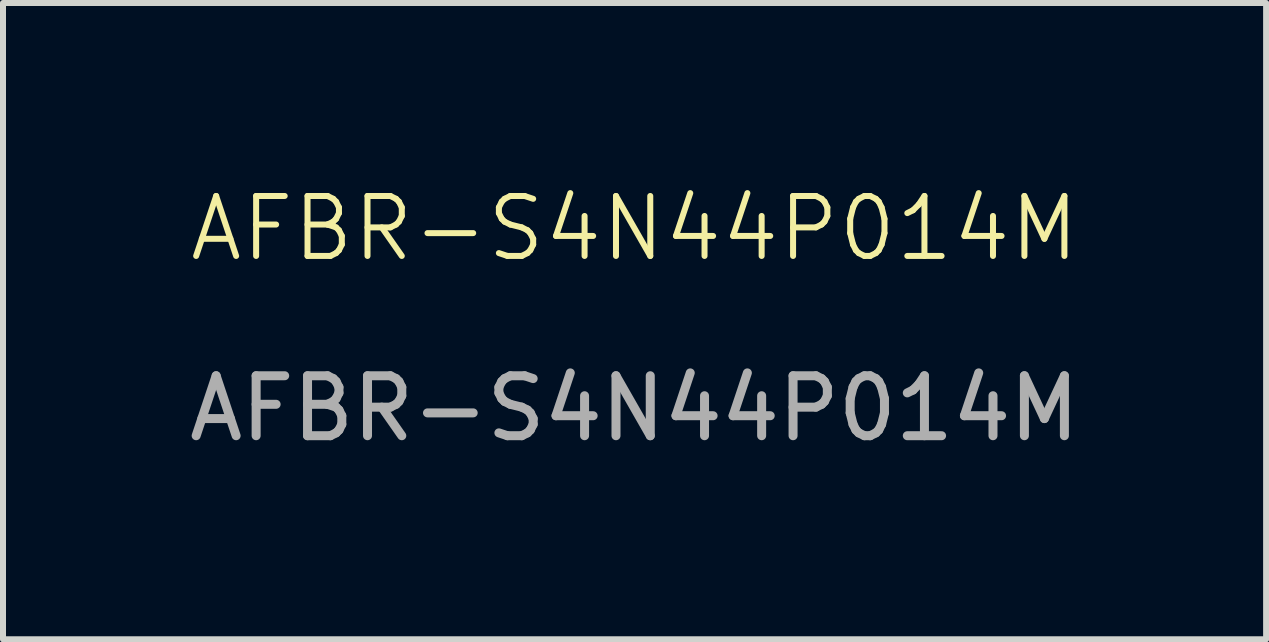
<source format=kicad_pcb>
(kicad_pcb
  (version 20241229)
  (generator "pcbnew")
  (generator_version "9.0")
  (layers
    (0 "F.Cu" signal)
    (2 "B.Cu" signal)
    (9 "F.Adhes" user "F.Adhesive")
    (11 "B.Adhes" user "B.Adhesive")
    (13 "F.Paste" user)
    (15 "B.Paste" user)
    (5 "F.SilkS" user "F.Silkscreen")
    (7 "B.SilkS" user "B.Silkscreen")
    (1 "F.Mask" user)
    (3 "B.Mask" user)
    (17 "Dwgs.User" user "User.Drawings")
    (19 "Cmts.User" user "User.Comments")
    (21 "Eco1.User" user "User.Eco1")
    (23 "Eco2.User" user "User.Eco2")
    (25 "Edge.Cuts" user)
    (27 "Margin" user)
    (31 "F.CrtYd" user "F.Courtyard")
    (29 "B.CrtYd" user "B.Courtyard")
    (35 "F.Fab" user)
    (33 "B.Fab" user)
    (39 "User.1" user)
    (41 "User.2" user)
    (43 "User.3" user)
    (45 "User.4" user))
  (footprint "AFBR-S4N44P014M"
    (layer "F.Cu")
    (at 7.53 1.26)
    (property "Reference" "AFBR-S4N44P014M" (at 0 -0.5 0) (unlocked yes) (layer "F.SilkS") (effects (font (size 1 1) (thickness 0.1))))
    (attr smd)
    (fp_text user "${REFERENCE}" (at 0 2.5 0) (unlocked yes) (layer "F.Fab") (effects (font (size 1 1) (thickness 0.15)))))
  (gr_rect
    (start -3 -3)
    (end 18.06 7.609)
    (stroke (width 0.1) (type default))
    (fill no)
    (layer "Edge.Cuts")))
</source>
